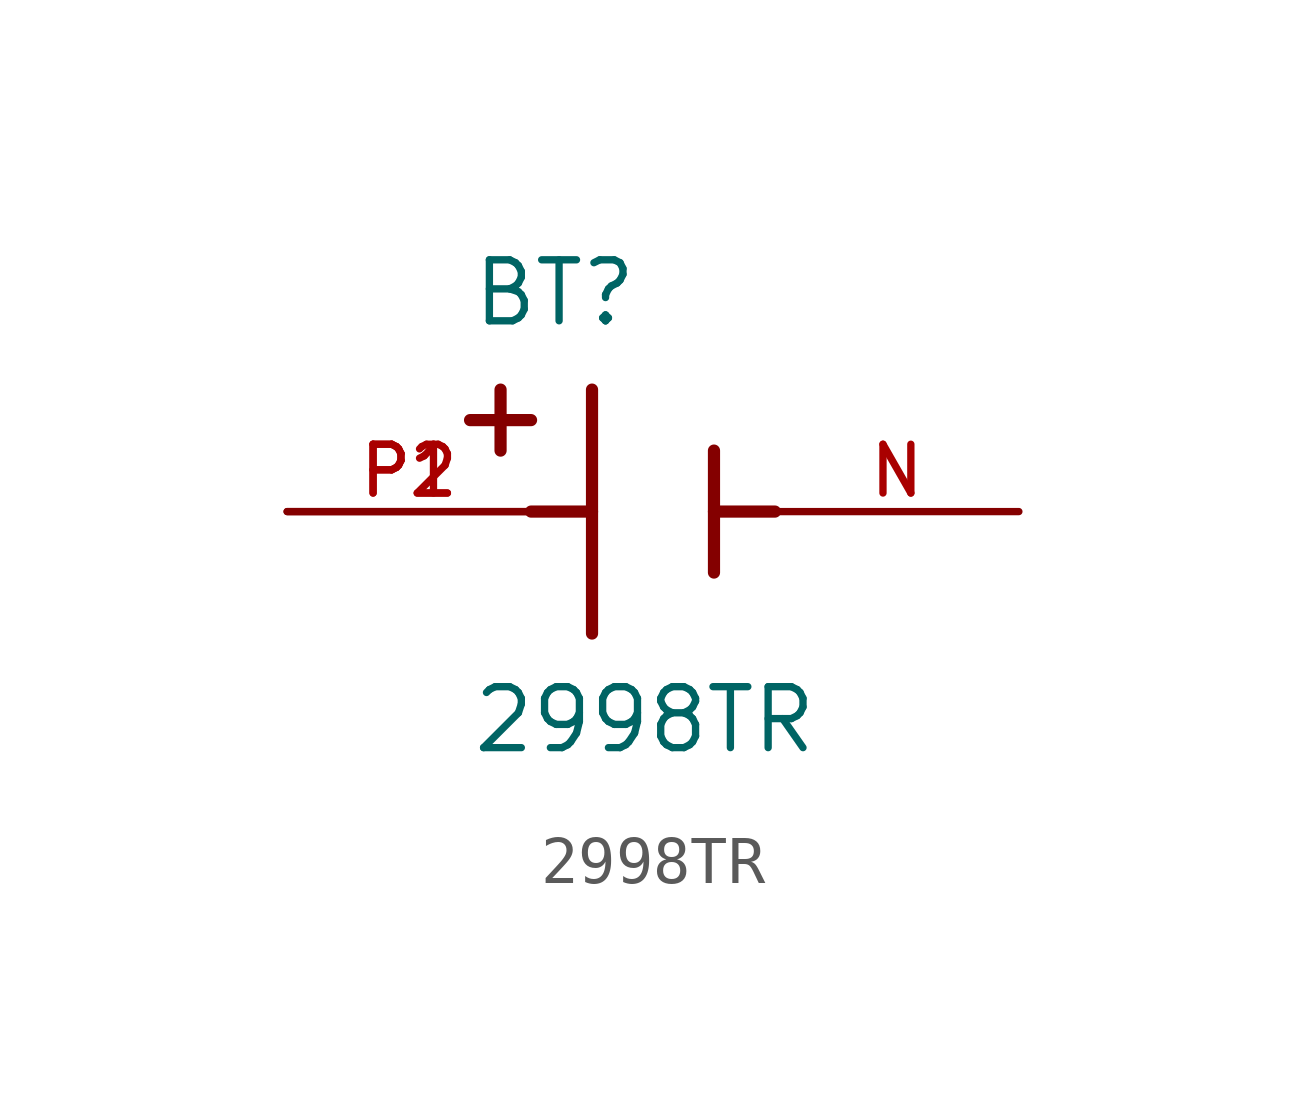
<source format=kicad_sym>
(kicad_symbol_lib
  (version 20211014)
  (generator kicad_symbol_editor)
  (symbol "2998TR"
    (pin_names
      (offset 1.016))
    (property "Reference" "BT"
      (at -3.81 3.81 0)
      (effects (font (size 1.27 1.27)) (justify bottom left)))
    (property "Value" "2998TR"
      (at -3.81 -5.08 0)
      (effects (font (size 1.27 1.27)) (justify bottom left)))
    (symbol "2998TR_0_0"
      (polyline (pts (xy -1.27 2.54) (xy -1.27 -2.54)) (stroke (width 0.254)))
      (polyline (pts (xy 1.27 1.27) (xy 1.27 -1.27)) (stroke (width 0.254)))
      (polyline (pts (xy -1.27 0.0) (xy -2.54 0.0)) (stroke (width 0.254)))
      (polyline (pts (xy 1.27 0.0) (xy 2.54 0.0)) (stroke (width 0.254)))
      (polyline (pts (xy -3.175 2.54) (xy -3.175 1.27)) (stroke (width 0.254)))
      (polyline (pts (xy -3.81 1.905) (xy -2.54 1.905)) (stroke (width 0.254)))
      (pin passive line (at -7.62 0.0 0) (length 5.08) (name "~" (effects (font (size 1.016 1.016)))) (number "P1" (effects (font (size 1.016 1.016)))))
      (pin passive line (at 7.62 0.0 180.0) (length 5.08) (name "~" (effects (font (size 1.016 1.016)))) (number "N" (effects (font (size 1.016 1.016)))))
      (pin passive line (at -7.62 0.0 0) (length 5.08) (name "~" (effects (font (size 1.016 1.016)))) (number "P2" (effects (font (size 1.016 1.016))))))))
</source>
